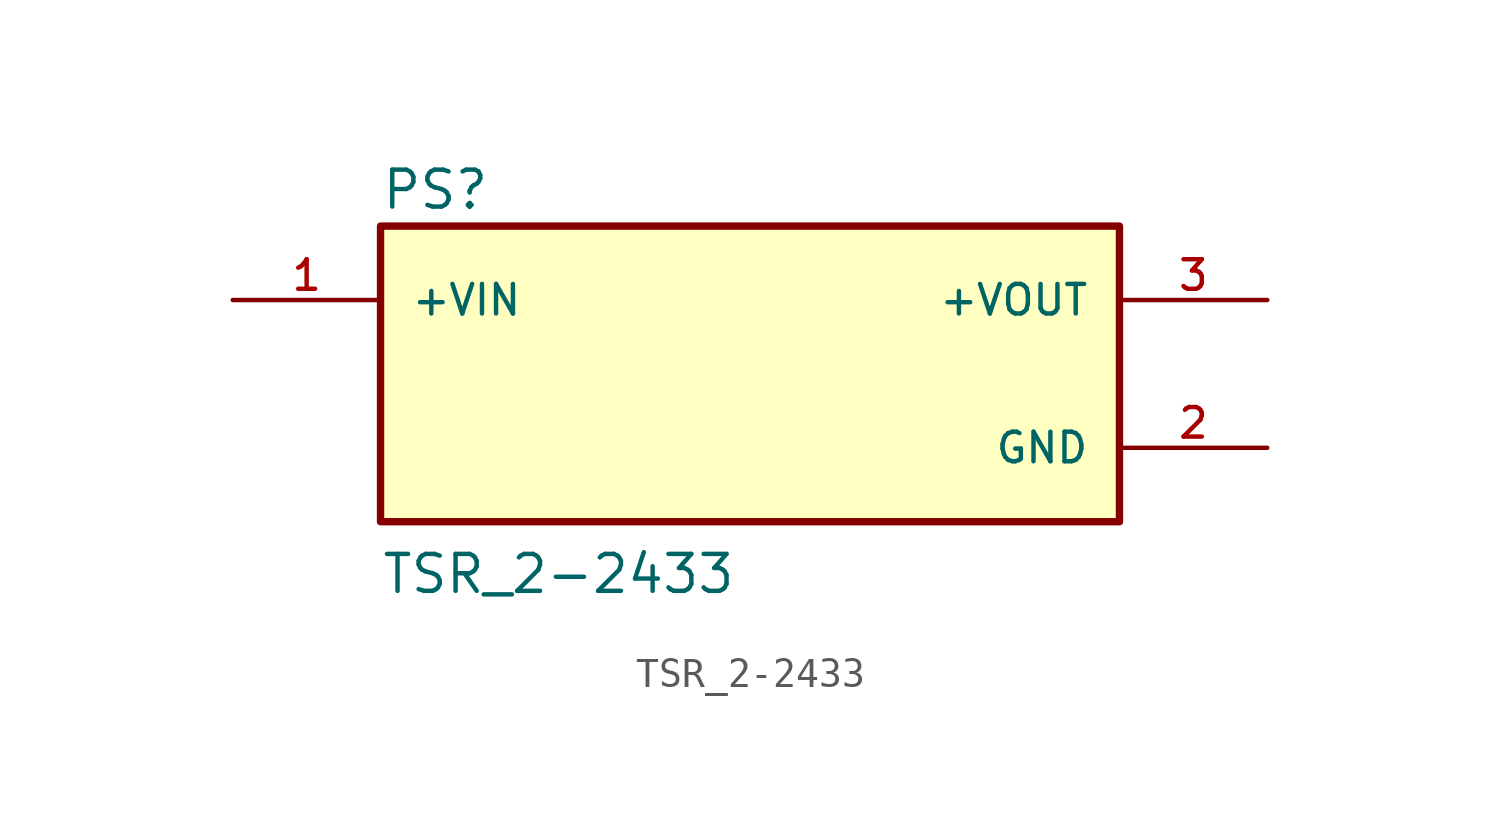
<source format=kicad_sym>
(kicad_symbol_lib
  (version 20211014)
  (generator kicad_symbol_editor)
  (symbol "TSR_2-2433"
    (pin_names
      (offset 1.016))
    (property "Reference" "PS"
      (at -12.7 5.588 0)
      (effects (font (size 1.27 1.27)) (justify bottom left)))
    (property "Value" "TSR_2-2433"
      (at -12.7 -7.62 0)
      (effects (font (size 1.27 1.27)) (justify bottom left)))
    (symbol "TSR_2-2433_0_0"
      (rectangle (start -12.7 -5.08) (end 12.7 5.08) (stroke (width 0.254)) (fill (type background)))
      (pin power_in line (at 17.78 -2.54 180.0) (length 5.08) (name "GND" (effects (font (size 1.016 1.016)))) (number "2" (effects (font (size 1.016 1.016)))))
      (pin input line (at -17.78 2.54 0) (length 5.08) (name "+VIN" (effects (font (size 1.016 1.016)))) (number "1" (effects (font (size 1.016 1.016)))))
      (pin output line (at 17.78 2.54 180.0) (length 5.08) (name "+VOUT" (effects (font (size 1.016 1.016)))) (number "3" (effects (font (size 1.016 1.016))))))))
</source>
